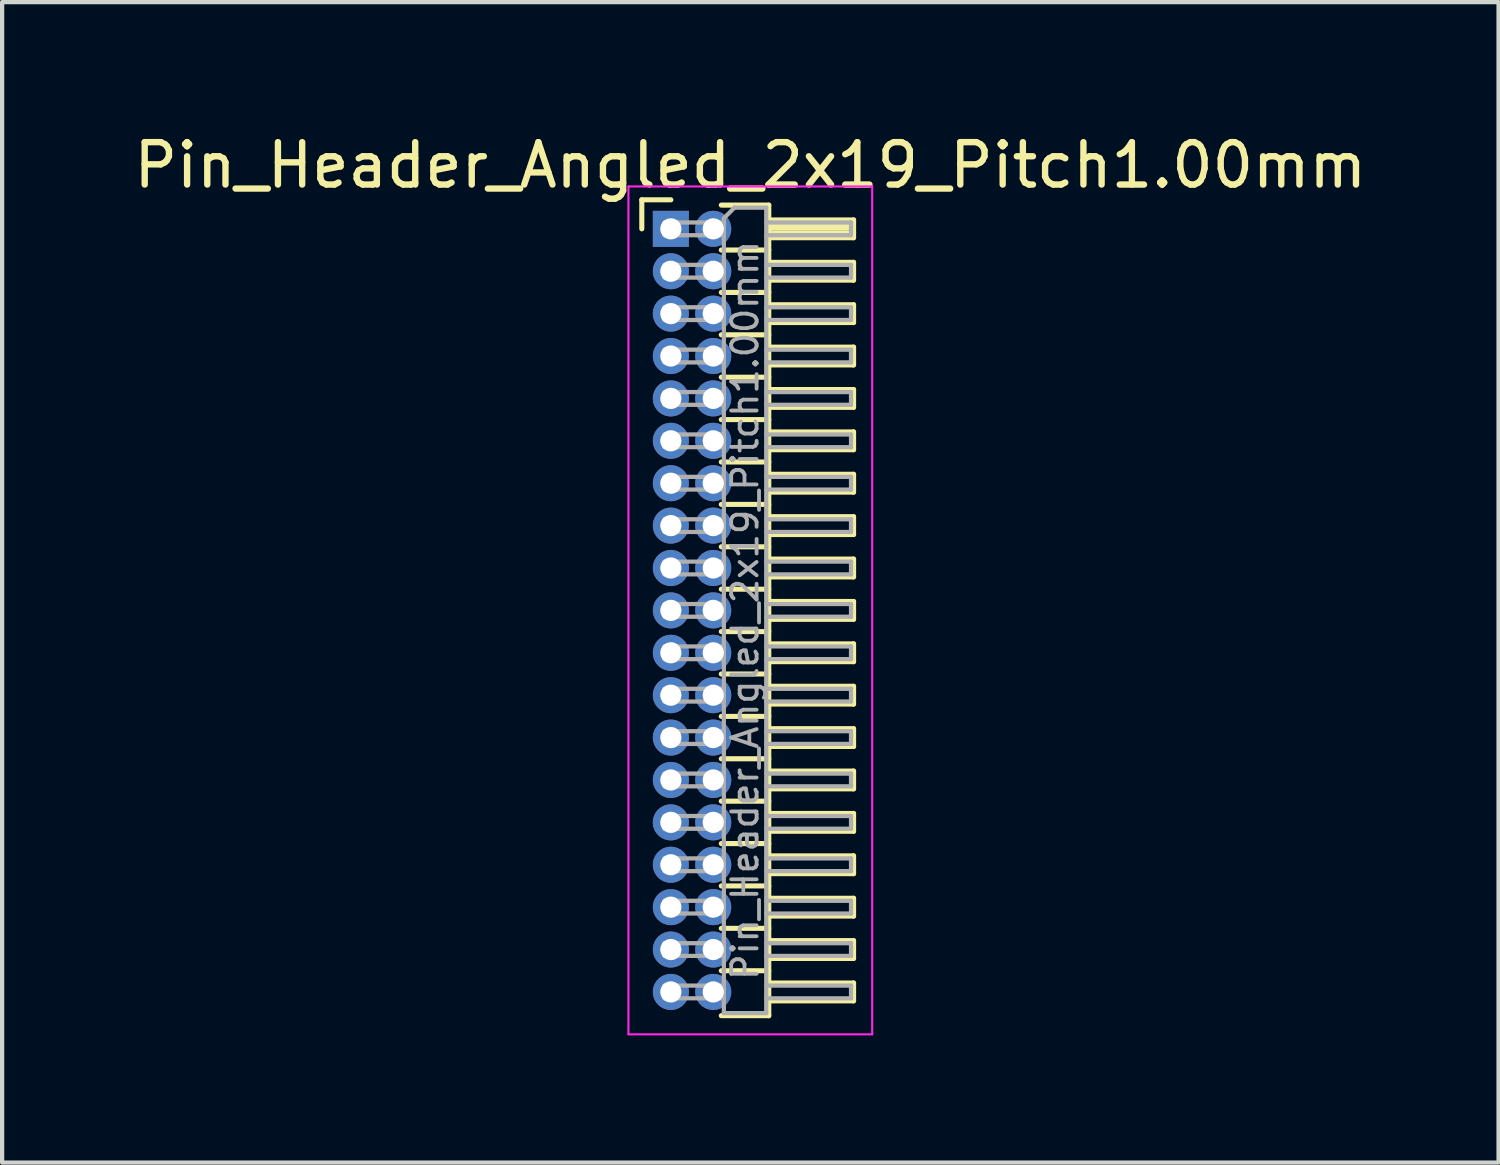
<source format=kicad_pcb>
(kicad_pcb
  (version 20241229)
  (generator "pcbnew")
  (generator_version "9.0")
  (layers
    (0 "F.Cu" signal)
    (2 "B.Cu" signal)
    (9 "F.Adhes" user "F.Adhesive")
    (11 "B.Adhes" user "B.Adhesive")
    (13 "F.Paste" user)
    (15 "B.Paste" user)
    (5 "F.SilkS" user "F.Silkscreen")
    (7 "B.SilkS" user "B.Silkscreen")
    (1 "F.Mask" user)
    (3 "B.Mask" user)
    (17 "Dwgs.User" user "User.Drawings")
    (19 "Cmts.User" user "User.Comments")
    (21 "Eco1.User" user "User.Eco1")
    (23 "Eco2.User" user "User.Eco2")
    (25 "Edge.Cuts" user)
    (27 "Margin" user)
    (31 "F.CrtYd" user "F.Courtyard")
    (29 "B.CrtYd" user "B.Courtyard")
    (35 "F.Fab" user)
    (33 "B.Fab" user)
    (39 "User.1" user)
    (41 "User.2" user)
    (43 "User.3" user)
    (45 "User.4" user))
  (footprint "Pin_Header_Angled_2x19_Pitch1.00mm"
    (layer "F.Cu")
    (at 12.774 2.348)
    (property "Reference" "Pin_Header_Angled_2x19_Pitch1.00mm" (at 1.875 -1.5 0) (layer "F.SilkS") (effects (font (size 1 1) (thickness 0.15))))
    (attr through_hole)
    (fp_line (start -0.685 -0.685) (end 0 -0.685) (stroke (width 0.12) (type solid)) (layer "F.SilkS"))
    (fp_line (start -0.685 0) (end -0.685 -0.685) (stroke (width 0.12) (type solid)) (layer "F.SilkS"))
    (fp_line (start 1.19 -0.56) (end 2.31 -0.56) (stroke (width 0.12) (type solid)) (layer "F.SilkS"))
    (fp_line (start 1.19 0.5) (end 2.31 0.5) (stroke (width 0.12) (type solid)) (layer "F.SilkS"))
    (fp_line (start 1.19 1.5) (end 2.31 1.5) (stroke (width 0.12) (type solid)) (layer "F.SilkS"))
    (fp_line (start 1.19 2.5) (end 2.31 2.5) (stroke (width 0.12) (type solid)) (layer "F.SilkS"))
    (fp_line (start 1.19 3.5) (end 2.31 3.5) (stroke (width 0.12) (type solid)) (layer "F.SilkS"))
    (fp_line (start 1.19 4.5) (end 2.31 4.5) (stroke (width 0.12) (type solid)) (layer "F.SilkS"))
    (fp_line (start 1.19 5.5) (end 2.31 5.5) (stroke (width 0.12) (type solid)) (layer "F.SilkS"))
    (fp_line (start 1.19 6.5) (end 2.31 6.5) (stroke (width 0.12) (type solid)) (layer "F.SilkS"))
    (fp_line (start 1.19 7.5) (end 2.31 7.5) (stroke (width 0.12) (type solid)) (layer "F.SilkS"))
    (fp_line (start 1.19 8.5) (end 2.31 8.5) (stroke (width 0.12) (type solid)) (layer "F.SilkS"))
    (fp_line (start 1.19 9.5) (end 2.31 9.5) (stroke (width 0.12) (type solid)) (layer "F.SilkS"))
    (fp_line (start 1.19 10.5) (end 2.31 10.5) (stroke (width 0.12) (type solid)) (layer "F.SilkS"))
    (fp_line (start 1.19 11.5) (end 2.31 11.5) (stroke (width 0.12) (type solid)) (layer "F.SilkS"))
    (fp_line (start 1.19 12.5) (end 2.31 12.5) (stroke (width 0.12) (type solid)) (layer "F.SilkS"))
    (fp_line (start 1.19 13.5) (end 2.31 13.5) (stroke (width 0.12) (type solid)) (layer "F.SilkS"))
    (fp_line (start 1.19 14.5) (end 2.31 14.5) (stroke (width 0.12) (type solid)) (layer "F.SilkS"))
    (fp_line (start 1.19 15.5) (end 2.31 15.5) (stroke (width 0.12) (type solid)) (layer "F.SilkS"))
    (fp_line (start 1.19 16.5) (end 2.31 16.5) (stroke (width 0.12) (type solid)) (layer "F.SilkS"))
    (fp_line (start 1.19 17.5) (end 2.31 17.5) (stroke (width 0.12) (type solid)) (layer "F.SilkS"))
    (fp_line (start 2.31 -0.56) (end 2.31 18.56) (stroke (width 0.12) (type solid)) (layer "F.SilkS"))
    (fp_line (start 2.31 -0.21) (end 4.31 -0.21) (stroke (width 0.12) (type solid)) (layer "F.SilkS"))
    (fp_line (start 2.31 -0.15) (end 4.31 -0.15) (stroke (width 0.12) (type solid)) (layer "F.SilkS"))
    (fp_line (start 2.31 -0.03) (end 4.31 -0.03) (stroke (width 0.12) (type solid)) (layer "F.SilkS"))
    (fp_line (start 2.31 0.09) (end 4.31 0.09) (stroke (width 0.12) (type solid)) (layer "F.SilkS"))
    (fp_line (start 2.31 0.79) (end 4.31 0.79) (stroke (width 0.12) (type solid)) (layer "F.SilkS"))
    (fp_line (start 2.31 1.79) (end 4.31 1.79) (stroke (width 0.12) (type solid)) (layer "F.SilkS"))
    (fp_line (start 2.31 2.79) (end 4.31 2.79) (stroke (width 0.12) (type solid)) (layer "F.SilkS"))
    (fp_line (start 2.31 3.79) (end 4.31 3.79) (stroke (width 0.12) (type solid)) (layer "F.SilkS"))
    (fp_line (start 2.31 4.79) (end 4.31 4.79) (stroke (width 0.12) (type solid)) (layer "F.SilkS"))
    (fp_line (start 2.31 5.79) (end 4.31 5.79) (stroke (width 0.12) (type solid)) (layer "F.SilkS"))
    (fp_line (start 2.31 6.79) (end 4.31 6.79) (stroke (width 0.12) (type solid)) (layer "F.SilkS"))
    (fp_line (start 2.31 7.79) (end 4.31 7.79) (stroke (width 0.12) (type solid)) (layer "F.SilkS"))
    (fp_line (start 2.31 8.79) (end 4.31 8.79) (stroke (width 0.12) (type solid)) (layer "F.SilkS"))
    (fp_line (start 2.31 9.79) (end 4.31 9.79) (stroke (width 0.12) (type solid)) (layer "F.SilkS"))
    (fp_line (start 2.31 10.79) (end 4.31 10.79) (stroke (width 0.12) (type solid)) (layer "F.SilkS"))
    (fp_line (start 2.31 11.79) (end 4.31 11.79) (stroke (width 0.12) (type solid)) (layer "F.SilkS"))
    (fp_line (start 2.31 12.79) (end 4.31 12.79) (stroke (width 0.12) (type solid)) (layer "F.SilkS"))
    (fp_line (start 2.31 13.79) (end 4.31 13.79) (stroke (width 0.12) (type solid)) (layer "F.SilkS"))
    (fp_line (start 2.31 14.79) (end 4.31 14.79) (stroke (width 0.12) (type solid)) (layer "F.SilkS"))
    (fp_line (start 2.31 15.79) (end 4.31 15.79) (stroke (width 0.12) (type solid)) (layer "F.SilkS"))
    (fp_line (start 2.31 16.79) (end 4.31 16.79) (stroke (width 0.12) (type solid)) (layer "F.SilkS"))
    (fp_line (start 2.31 17.79) (end 4.31 17.79) (stroke (width 0.12) (type solid)) (layer "F.SilkS"))
    (fp_line (start 2.31 18.56) (end 1.19 18.56) (stroke (width 0.12) (type solid)) (layer "F.SilkS"))
    (fp_line (start 4.31 -0.21) (end 4.31 0.21) (stroke (width 0.12) (type solid)) (layer "F.SilkS"))
    (fp_line (start 4.31 0.21) (end 2.31 0.21) (stroke (width 0.12) (type solid)) (layer "F.SilkS"))
    (fp_line (start 4.31 0.79) (end 4.31 1.21) (stroke (width 0.12) (type solid)) (layer "F.SilkS"))
    (fp_line (start 4.31 1.21) (end 2.31 1.21) (stroke (width 0.12) (type solid)) (layer "F.SilkS"))
    (fp_line (start 4.31 1.79) (end 4.31 2.21) (stroke (width 0.12) (type solid)) (layer "F.SilkS"))
    (fp_line (start 4.31 2.21) (end 2.31 2.21) (stroke (width 0.12) (type solid)) (layer "F.SilkS"))
    (fp_line (start 4.31 2.79) (end 4.31 3.21) (stroke (width 0.12) (type solid)) (layer "F.SilkS"))
    (fp_line (start 4.31 3.21) (end 2.31 3.21) (stroke (width 0.12) (type solid)) (layer "F.SilkS"))
    (fp_line (start 4.31 3.79) (end 4.31 4.21) (stroke (width 0.12) (type solid)) (layer "F.SilkS"))
    (fp_line (start 4.31 4.21) (end 2.31 4.21) (stroke (width 0.12) (type solid)) (layer "F.SilkS"))
    (fp_line (start 4.31 4.79) (end 4.31 5.21) (stroke (width 0.12) (type solid)) (layer "F.SilkS"))
    (fp_line (start 4.31 5.21) (end 2.31 5.21) (stroke (width 0.12) (type solid)) (layer "F.SilkS"))
    (fp_line (start 4.31 5.79) (end 4.31 6.21) (stroke (width 0.12) (type solid)) (layer "F.SilkS"))
    (fp_line (start 4.31 6.21) (end 2.31 6.21) (stroke (width 0.12) (type solid)) (layer "F.SilkS"))
    (fp_line (start 4.31 6.79) (end 4.31 7.21) (stroke (width 0.12) (type solid)) (layer "F.SilkS"))
    (fp_line (start 4.31 7.21) (end 2.31 7.21) (stroke (width 0.12) (type solid)) (layer "F.SilkS"))
    (fp_line (start 4.31 7.79) (end 4.31 8.21) (stroke (width 0.12) (type solid)) (layer "F.SilkS"))
    (fp_line (start 4.31 8.21) (end 2.31 8.21) (stroke (width 0.12) (type solid)) (layer "F.SilkS"))
    (fp_line (start 4.31 8.79) (end 4.31 9.21) (stroke (width 0.12) (type solid)) (layer "F.SilkS"))
    (fp_line (start 4.31 9.21) (end 2.31 9.21) (stroke (width 0.12) (type solid)) (layer "F.SilkS"))
    (fp_line (start 4.31 9.79) (end 4.31 10.21) (stroke (width 0.12) (type solid)) (layer "F.SilkS"))
    (fp_line (start 4.31 10.21) (end 2.31 10.21) (stroke (width 0.12) (type solid)) (layer "F.SilkS"))
    (fp_line (start 4.31 10.79) (end 4.31 11.21) (stroke (width 0.12) (type solid)) (layer "F.SilkS"))
    (fp_line (start 4.31 11.21) (end 2.31 11.21) (stroke (width 0.12) (type solid)) (layer "F.SilkS"))
    (fp_line (start 4.31 11.79) (end 4.31 12.21) (stroke (width 0.12) (type solid)) (layer "F.SilkS"))
    (fp_line (start 4.31 12.21) (end 2.31 12.21) (stroke (width 0.12) (type solid)) (layer "F.SilkS"))
    (fp_line (start 4.31 12.79) (end 4.31 13.21) (stroke (width 0.12) (type solid)) (layer "F.SilkS"))
    (fp_line (start 4.31 13.21) (end 2.31 13.21) (stroke (width 0.12) (type solid)) (layer "F.SilkS"))
    (fp_line (start 4.31 13.79) (end 4.31 14.21) (stroke (width 0.12) (type solid)) (layer "F.SilkS"))
    (fp_line (start 4.31 14.21) (end 2.31 14.21) (stroke (width 0.12) (type solid)) (layer "F.SilkS"))
    (fp_line (start 4.31 14.79) (end 4.31 15.21) (stroke (width 0.12) (type solid)) (layer "F.SilkS"))
    (fp_line (start 4.31 15.21) (end 2.31 15.21) (stroke (width 0.12) (type solid)) (layer "F.SilkS"))
    (fp_line (start 4.31 15.79) (end 4.31 16.21) (stroke (width 0.12) (type solid)) (layer "F.SilkS"))
    (fp_line (start 4.31 16.21) (end 2.31 16.21) (stroke (width 0.12) (type solid)) (layer "F.SilkS"))
    (fp_line (start 4.31 16.79) (end 4.31 17.21) (stroke (width 0.12) (type solid)) (layer "F.SilkS"))
    (fp_line (start 4.31 17.21) (end 2.31 17.21) (stroke (width 0.12) (type solid)) (layer "F.SilkS"))
    (fp_line (start 4.31 17.79) (end 4.31 18.21) (stroke (width 0.12) (type solid)) (layer "F.SilkS"))
    (fp_line (start 4.31 18.21) (end 2.31 18.21) (stroke (width 0.12) (type solid)) (layer "F.SilkS"))
    (fp_line (start -1 -1) (end -1 19) (stroke (width 0.05) (type solid)) (layer "F.CrtYd"))
    (fp_line (start -1 19) (end 4.75 19) (stroke (width 0.05) (type solid)) (layer "F.CrtYd"))
    (fp_line (start 4.75 -1) (end -1 -1) (stroke (width 0.05) (type solid)) (layer "F.CrtYd"))
    (fp_line (start 4.75 19) (end 4.75 -1) (stroke (width 0.05) (type solid)) (layer "F.CrtYd"))
    (fp_line (start -0.15 -0.15) (end -0.15 0.15) (stroke (width 0.1) (type solid)) (layer "F.Fab"))
    (fp_line (start -0.15 -0.15) (end 1.25 -0.15) (stroke (width 0.1) (type solid)) (layer "F.Fab"))
    (fp_line (start -0.15 0.15) (end 1.25 0.15) (stroke (width 0.1) (type solid)) (layer "F.Fab"))
    (fp_line (start -0.15 0.85) (end -0.15 1.15) (stroke (width 0.1) (type solid)) (layer "F.Fab"))
    (fp_line (start -0.15 0.85) (end 1.25 0.85) (stroke (width 0.1) (type solid)) (layer "F.Fab"))
    (fp_line (start -0.15 1.15) (end 1.25 1.15) (stroke (width 0.1) (type solid)) (layer "F.Fab"))
    (fp_line (start -0.15 1.85) (end -0.15 2.15) (stroke (width 0.1) (type solid)) (layer "F.Fab"))
    (fp_line (start -0.15 1.85) (end 1.25 1.85) (stroke (width 0.1) (type solid)) (layer "F.Fab"))
    (fp_line (start -0.15 2.15) (end 1.25 2.15) (stroke (width 0.1) (type solid)) (layer "F.Fab"))
    (fp_line (start -0.15 2.85) (end -0.15 3.15) (stroke (width 0.1) (type solid)) (layer "F.Fab"))
    (fp_line (start -0.15 2.85) (end 1.25 2.85) (stroke (width 0.1) (type solid)) (layer "F.Fab"))
    (fp_line (start -0.15 3.15) (end 1.25 3.15) (stroke (width 0.1) (type solid)) (layer "F.Fab"))
    (fp_line (start -0.15 3.85) (end -0.15 4.15) (stroke (width 0.1) (type solid)) (layer "F.Fab"))
    (fp_line (start -0.15 3.85) (end 1.25 3.85) (stroke (width 0.1) (type solid)) (layer "F.Fab"))
    (fp_line (start -0.15 4.15) (end 1.25 4.15) (stroke (width 0.1) (type solid)) (layer "F.Fab"))
    (fp_line (start -0.15 4.85) (end -0.15 5.15) (stroke (width 0.1) (type solid)) (layer "F.Fab"))
    (fp_line (start -0.15 4.85) (end 1.25 4.85) (stroke (width 0.1) (type solid)) (layer "F.Fab"))
    (fp_line (start -0.15 5.15) (end 1.25 5.15) (stroke (width 0.1) (type solid)) (layer "F.Fab"))
    (fp_line (start -0.15 5.85) (end -0.15 6.15) (stroke (width 0.1) (type solid)) (layer "F.Fab"))
    (fp_line (start -0.15 5.85) (end 1.25 5.85) (stroke (width 0.1) (type solid)) (layer "F.Fab"))
    (fp_line (start -0.15 6.15) (end 1.25 6.15) (stroke (width 0.1) (type solid)) (layer "F.Fab"))
    (fp_line (start -0.15 6.85) (end -0.15 7.15) (stroke (width 0.1) (type solid)) (layer "F.Fab"))
    (fp_line (start -0.15 6.85) (end 1.25 6.85) (stroke (width 0.1) (type solid)) (layer "F.Fab"))
    (fp_line (start -0.15 7.15) (end 1.25 7.15) (stroke (width 0.1) (type solid)) (layer "F.Fab"))
    (fp_line (start -0.15 7.85) (end -0.15 8.15) (stroke (width 0.1) (type solid)) (layer "F.Fab"))
    (fp_line (start -0.15 7.85) (end 1.25 7.85) (stroke (width 0.1) (type solid)) (layer "F.Fab"))
    (fp_line (start -0.15 8.15) (end 1.25 8.15) (stroke (width 0.1) (type solid)) (layer "F.Fab"))
    (fp_line (start -0.15 8.85) (end -0.15 9.15) (stroke (width 0.1) (type solid)) (layer "F.Fab"))
    (fp_line (start -0.15 8.85) (end 1.25 8.85) (stroke (width 0.1) (type solid)) (layer "F.Fab"))
    (fp_line (start -0.15 9.15) (end 1.25 9.15) (stroke (width 0.1) (type solid)) (layer "F.Fab"))
    (fp_line (start -0.15 9.85) (end -0.15 10.15) (stroke (width 0.1) (type solid)) (layer "F.Fab"))
    (fp_line (start -0.15 9.85) (end 1.25 9.85) (stroke (width 0.1) (type solid)) (layer "F.Fab"))
    (fp_line (start -0.15 10.15) (end 1.25 10.15) (stroke (width 0.1) (type solid)) (layer "F.Fab"))
    (fp_line (start -0.15 10.85) (end -0.15 11.15) (stroke (width 0.1) (type solid)) (layer "F.Fab"))
    (fp_line (start -0.15 10.85) (end 1.25 10.85) (stroke (width 0.1) (type solid)) (layer "F.Fab"))
    (fp_line (start -0.15 11.15) (end 1.25 11.15) (stroke (width 0.1) (type solid)) (layer "F.Fab"))
    (fp_line (start -0.15 11.85) (end -0.15 12.15) (stroke (width 0.1) (type solid)) (layer "F.Fab"))
    (fp_line (start -0.15 11.85) (end 1.25 11.85) (stroke (width 0.1) (type solid)) (layer "F.Fab"))
    (fp_line (start -0.15 12.15) (end 1.25 12.15) (stroke (width 0.1) (type solid)) (layer "F.Fab"))
    (fp_line (start -0.15 12.85) (end -0.15 13.15) (stroke (width 0.1) (type solid)) (layer "F.Fab"))
    (fp_line (start -0.15 12.85) (end 1.25 12.85) (stroke (width 0.1) (type solid)) (layer "F.Fab"))
    (fp_line (start -0.15 13.15) (end 1.25 13.15) (stroke (width 0.1) (type solid)) (layer "F.Fab"))
    (fp_line (start -0.15 13.85) (end -0.15 14.15) (stroke (width 0.1) (type solid)) (layer "F.Fab"))
    (fp_line (start -0.15 13.85) (end 1.25 13.85) (stroke (width 0.1) (type solid)) (layer "F.Fab"))
    (fp_line (start -0.15 14.15) (end 1.25 14.15) (stroke (width 0.1) (type solid)) (layer "F.Fab"))
    (fp_line (start -0.15 14.85) (end -0.15 15.15) (stroke (width 0.1) (type solid)) (layer "F.Fab"))
    (fp_line (start -0.15 14.85) (end 1.25 14.85) (stroke (width 0.1) (type solid)) (layer "F.Fab"))
    (fp_line (start -0.15 15.15) (end 1.25 15.15) (stroke (width 0.1) (type solid)) (layer "F.Fab"))
    (fp_line (start -0.15 15.85) (end -0.15 16.15) (stroke (width 0.1) (type solid)) (layer "F.Fab"))
    (fp_line (start -0.15 15.85) (end 1.25 15.85) (stroke (width 0.1) (type solid)) (layer "F.Fab"))
    (fp_line (start -0.15 16.15) (end 1.25 16.15) (stroke (width 0.1) (type solid)) (layer "F.Fab"))
    (fp_line (start -0.15 16.85) (end -0.15 17.15) (stroke (width 0.1) (type solid)) (layer "F.Fab"))
    (fp_line (start -0.15 16.85) (end 1.25 16.85) (stroke (width 0.1) (type solid)) (layer "F.Fab"))
    (fp_line (start -0.15 17.15) (end 1.25 17.15) (stroke (width 0.1) (type solid)) (layer "F.Fab"))
    (fp_line (start -0.15 17.85) (end -0.15 18.15) (stroke (width 0.1) (type solid)) (layer "F.Fab"))
    (fp_line (start -0.15 17.85) (end 1.25 17.85) (stroke (width 0.1) (type solid)) (layer "F.Fab"))
    (fp_line (start -0.15 18.15) (end 1.25 18.15) (stroke (width 0.1) (type solid)) (layer "F.Fab"))
    (fp_line (start 1.25 -0.25) (end 1.5 -0.5) (stroke (width 0.1) (type solid)) (layer "F.Fab"))
    (fp_line (start 1.25 18.5) (end 1.25 -0.25) (stroke (width 0.1) (type solid)) (layer "F.Fab"))
    (fp_line (start 1.5 -0.5) (end 2.25 -0.5) (stroke (width 0.1) (type solid)) (layer "F.Fab"))
    (fp_line (start 2.25 -0.5) (end 2.25 18.5) (stroke (width 0.1) (type solid)) (layer "F.Fab"))
    (fp_line (start 2.25 -0.15) (end 4.25 -0.15) (stroke (width 0.1) (type solid)) (layer "F.Fab"))
    (fp_line (start 2.25 0.15) (end 4.25 0.15) (stroke (width 0.1) (type solid)) (layer "F.Fab"))
    (fp_line (start 2.25 0.85) (end 4.25 0.85) (stroke (width 0.1) (type solid)) (layer "F.Fab"))
    (fp_line (start 2.25 1.15) (end 4.25 1.15) (stroke (width 0.1) (type solid)) (layer "F.Fab"))
    (fp_line (start 2.25 1.85) (end 4.25 1.85) (stroke (width 0.1) (type solid)) (layer "F.Fab"))
    (fp_line (start 2.25 2.15) (end 4.25 2.15) (stroke (width 0.1) (type solid)) (layer "F.Fab"))
    (fp_line (start 2.25 2.85) (end 4.25 2.85) (stroke (width 0.1) (type solid)) (layer "F.Fab"))
    (fp_line (start 2.25 3.15) (end 4.25 3.15) (stroke (width 0.1) (type solid)) (layer "F.Fab"))
    (fp_line (start 2.25 3.85) (end 4.25 3.85) (stroke (width 0.1) (type solid)) (layer "F.Fab"))
    (fp_line (start 2.25 4.15) (end 4.25 4.15) (stroke (width 0.1) (type solid)) (layer "F.Fab"))
    (fp_line (start 2.25 4.85) (end 4.25 4.85) (stroke (width 0.1) (type solid)) (layer "F.Fab"))
    (fp_line (start 2.25 5.15) (end 4.25 5.15) (stroke (width 0.1) (type solid)) (layer "F.Fab"))
    (fp_line (start 2.25 5.85) (end 4.25 5.85) (stroke (width 0.1) (type solid)) (layer "F.Fab"))
    (fp_line (start 2.25 6.15) (end 4.25 6.15) (stroke (width 0.1) (type solid)) (layer "F.Fab"))
    (fp_line (start 2.25 6.85) (end 4.25 6.85) (stroke (width 0.1) (type solid)) (layer "F.Fab"))
    (fp_line (start 2.25 7.15) (end 4.25 7.15) (stroke (width 0.1) (type solid)) (layer "F.Fab"))
    (fp_line (start 2.25 7.85) (end 4.25 7.85) (stroke (width 0.1) (type solid)) (layer "F.Fab"))
    (fp_line (start 2.25 8.15) (end 4.25 8.15) (stroke (width 0.1) (type solid)) (layer "F.Fab"))
    (fp_line (start 2.25 8.85) (end 4.25 8.85) (stroke (width 0.1) (type solid)) (layer "F.Fab"))
    (fp_line (start 2.25 9.15) (end 4.25 9.15) (stroke (width 0.1) (type solid)) (layer "F.Fab"))
    (fp_line (start 2.25 9.85) (end 4.25 9.85) (stroke (width 0.1) (type solid)) (layer "F.Fab"))
    (fp_line (start 2.25 10.15) (end 4.25 10.15) (stroke (width 0.1) (type solid)) (layer "F.Fab"))
    (fp_line (start 2.25 10.85) (end 4.25 10.85) (stroke (width 0.1) (type solid)) (layer "F.Fab"))
    (fp_line (start 2.25 11.15) (end 4.25 11.15) (stroke (width 0.1) (type solid)) (layer "F.Fab"))
    (fp_line (start 2.25 11.85) (end 4.25 11.85) (stroke (width 0.1) (type solid)) (layer "F.Fab"))
    (fp_line (start 2.25 12.15) (end 4.25 12.15) (stroke (width 0.1) (type solid)) (layer "F.Fab"))
    (fp_line (start 2.25 12.85) (end 4.25 12.85) (stroke (width 0.1) (type solid)) (layer "F.Fab"))
    (fp_line (start 2.25 13.15) (end 4.25 13.15) (stroke (width 0.1) (type solid)) (layer "F.Fab"))
    (fp_line (start 2.25 13.85) (end 4.25 13.85) (stroke (width 0.1) (type solid)) (layer "F.Fab"))
    (fp_line (start 2.25 14.15) (end 4.25 14.15) (stroke (width 0.1) (type solid)) (layer "F.Fab"))
    (fp_line (start 2.25 14.85) (end 4.25 14.85) (stroke (width 0.1) (type solid)) (layer "F.Fab"))
    (fp_line (start 2.25 15.15) (end 4.25 15.15) (stroke (width 0.1) (type solid)) (layer "F.Fab"))
    (fp_line (start 2.25 15.85) (end 4.25 15.85) (stroke (width 0.1) (type solid)) (layer "F.Fab"))
    (fp_line (start 2.25 16.15) (end 4.25 16.15) (stroke (width 0.1) (type solid)) (layer "F.Fab"))
    (fp_line (start 2.25 16.85) (end 4.25 16.85) (stroke (width 0.1) (type solid)) (layer "F.Fab"))
    (fp_line (start 2.25 17.15) (end 4.25 17.15) (stroke (width 0.1) (type solid)) (layer "F.Fab"))
    (fp_line (start 2.25 17.85) (end 4.25 17.85) (stroke (width 0.1) (type solid)) (layer "F.Fab"))
    (fp_line (start 2.25 18.15) (end 4.25 18.15) (stroke (width 0.1) (type solid)) (layer "F.Fab"))
    (fp_line (start 2.25 18.5) (end 1.25 18.5) (stroke (width 0.1) (type solid)) (layer "F.Fab"))
    (fp_line (start 4.25 -0.15) (end 4.25 0.15) (stroke (width 0.1) (type solid)) (layer "F.Fab"))
    (fp_line (start 4.25 0.85) (end 4.25 1.15) (stroke (width 0.1) (type solid)) (layer "F.Fab"))
    (fp_line (start 4.25 1.85) (end 4.25 2.15) (stroke (width 0.1) (type solid)) (layer "F.Fab"))
    (fp_line (start 4.25 2.85) (end 4.25 3.15) (stroke (width 0.1) (type solid)) (layer "F.Fab"))
    (fp_line (start 4.25 3.85) (end 4.25 4.15) (stroke (width 0.1) (type solid)) (layer "F.Fab"))
    (fp_line (start 4.25 4.85) (end 4.25 5.15) (stroke (width 0.1) (type solid)) (layer "F.Fab"))
    (fp_line (start 4.25 5.85) (end 4.25 6.15) (stroke (width 0.1) (type solid)) (layer "F.Fab"))
    (fp_line (start 4.25 6.85) (end 4.25 7.15) (stroke (width 0.1) (type solid)) (layer "F.Fab"))
    (fp_line (start 4.25 7.85) (end 4.25 8.15) (stroke (width 0.1) (type solid)) (layer "F.Fab"))
    (fp_line (start 4.25 8.85) (end 4.25 9.15) (stroke (width 0.1) (type solid)) (layer "F.Fab"))
    (fp_line (start 4.25 9.85) (end 4.25 10.15) (stroke (width 0.1) (type solid)) (layer "F.Fab"))
    (fp_line (start 4.25 10.85) (end 4.25 11.15) (stroke (width 0.1) (type solid)) (layer "F.Fab"))
    (fp_line (start 4.25 11.85) (end 4.25 12.15) (stroke (width 0.1) (type solid)) (layer "F.Fab"))
    (fp_line (start 4.25 12.85) (end 4.25 13.15) (stroke (width 0.1) (type solid)) (layer "F.Fab"))
    (fp_line (start 4.25 13.85) (end 4.25 14.15) (stroke (width 0.1) (type solid)) (layer "F.Fab"))
    (fp_line (start 4.25 14.85) (end 4.25 15.15) (stroke (width 0.1) (type solid)) (layer "F.Fab"))
    (fp_line (start 4.25 15.85) (end 4.25 16.15) (stroke (width 0.1) (type solid)) (layer "F.Fab"))
    (fp_line (start 4.25 16.85) (end 4.25 17.15) (stroke (width 0.1) (type solid)) (layer "F.Fab"))
    (fp_line (start 4.25 17.85) (end 4.25 18.15) (stroke (width 0.1) (type solid)) (layer "F.Fab"))
    (fp_text user "${REFERENCE}" (at 1.75 9 90) (layer "F.Fab") (effects (font (size 0.6 0.6) (thickness 0.09))))
    (pad "1" thru_hole rect (at 0 0) (size 0.85 0.85) (drill 0.5) (layers "*.Cu" "*.Mask"))
    (pad "2" thru_hole oval (at 1 0) (size 0.85 0.85) (drill 0.5) (layers "*.Cu" "*.Mask"))
    (pad "3" thru_hole oval (at 0 1) (size 0.85 0.85) (drill 0.5) (layers "*.Cu" "*.Mask"))
    (pad "4" thru_hole oval (at 1 1) (size 0.85 0.85) (drill 0.5) (layers "*.Cu" "*.Mask"))
    (pad "5" thru_hole oval (at 0 2) (size 0.85 0.85) (drill 0.5) (layers "*.Cu" "*.Mask"))
    (pad "6" thru_hole oval (at 1 2) (size 0.85 0.85) (drill 0.5) (layers "*.Cu" "*.Mask"))
    (pad "7" thru_hole oval (at 0 3) (size 0.85 0.85) (drill 0.5) (layers "*.Cu" "*.Mask"))
    (pad "8" thru_hole oval (at 1 3) (size 0.85 0.85) (drill 0.5) (layers "*.Cu" "*.Mask"))
    (pad "9" thru_hole oval (at 0 4) (size 0.85 0.85) (drill 0.5) (layers "*.Cu" "*.Mask"))
    (pad "10" thru_hole oval (at 1 4) (size 0.85 0.85) (drill 0.5) (layers "*.Cu" "*.Mask"))
    (pad "11" thru_hole oval (at 0 5) (size 0.85 0.85) (drill 0.5) (layers "*.Cu" "*.Mask"))
    (pad "12" thru_hole oval (at 1 5) (size 0.85 0.85) (drill 0.5) (layers "*.Cu" "*.Mask"))
    (pad "13" thru_hole oval (at 0 6) (size 0.85 0.85) (drill 0.5) (layers "*.Cu" "*.Mask"))
    (pad "14" thru_hole oval (at 1 6) (size 0.85 0.85) (drill 0.5) (layers "*.Cu" "*.Mask"))
    (pad "15" thru_hole oval (at 0 7) (size 0.85 0.85) (drill 0.5) (layers "*.Cu" "*.Mask"))
    (pad "16" thru_hole oval (at 1 7) (size 0.85 0.85) (drill 0.5) (layers "*.Cu" "*.Mask"))
    (pad "17" thru_hole oval (at 0 8) (size 0.85 0.85) (drill 0.5) (layers "*.Cu" "*.Mask"))
    (pad "18" thru_hole oval (at 1 8) (size 0.85 0.85) (drill 0.5) (layers "*.Cu" "*.Mask"))
    (pad "19" thru_hole oval (at 0 9) (size 0.85 0.85) (drill 0.5) (layers "*.Cu" "*.Mask"))
    (pad "20" thru_hole oval (at 1 9) (size 0.85 0.85) (drill 0.5) (layers "*.Cu" "*.Mask"))
    (pad "21" thru_hole oval (at 0 10) (size 0.85 0.85) (drill 0.5) (layers "*.Cu" "*.Mask"))
    (pad "22" thru_hole oval (at 1 10) (size 0.85 0.85) (drill 0.5) (layers "*.Cu" "*.Mask"))
    (pad "23" thru_hole oval (at 0 11) (size 0.85 0.85) (drill 0.5) (layers "*.Cu" "*.Mask"))
    (pad "24" thru_hole oval (at 1 11) (size 0.85 0.85) (drill 0.5) (layers "*.Cu" "*.Mask"))
    (pad "25" thru_hole oval (at 0 12) (size 0.85 0.85) (drill 0.5) (layers "*.Cu" "*.Mask"))
    (pad "26" thru_hole oval (at 1 12) (size 0.85 0.85) (drill 0.5) (layers "*.Cu" "*.Mask"))
    (pad "27" thru_hole oval (at 0 13) (size 0.85 0.85) (drill 0.5) (layers "*.Cu" "*.Mask"))
    (pad "28" thru_hole oval (at 1 13) (size 0.85 0.85) (drill 0.5) (layers "*.Cu" "*.Mask"))
    (pad "29" thru_hole oval (at 0 14) (size 0.85 0.85) (drill 0.5) (layers "*.Cu" "*.Mask"))
    (pad "30" thru_hole oval (at 1 14) (size 0.85 0.85) (drill 0.5) (layers "*.Cu" "*.Mask"))
    (pad "31" thru_hole oval (at 0 15) (size 0.85 0.85) (drill 0.5) (layers "*.Cu" "*.Mask"))
    (pad "32" thru_hole oval (at 1 15) (size 0.85 0.85) (drill 0.5) (layers "*.Cu" "*.Mask"))
    (pad "33" thru_hole oval (at 0 16) (size 0.85 0.85) (drill 0.5) (layers "*.Cu" "*.Mask"))
    (pad "34" thru_hole oval (at 1 16) (size 0.85 0.85) (drill 0.5) (layers "*.Cu" "*.Mask"))
    (pad "35" thru_hole oval (at 0 17) (size 0.85 0.85) (drill 0.5) (layers "*.Cu" "*.Mask"))
    (pad "36" thru_hole oval (at 1 17) (size 0.85 0.85) (drill 0.5) (layers "*.Cu" "*.Mask"))
    (pad "37" thru_hole oval (at 0 18) (size 0.85 0.85) (drill 0.5) (layers "*.Cu" "*.Mask"))
    (pad "38" thru_hole oval (at 1 18) (size 0.85 0.85) (drill 0.5) (layers "*.Cu" "*.Mask")))
  (gr_rect
    (start -3 -3)
    (end 32.298 24.373)
    (stroke (width 0.1) (type default))
    (fill no)
    (layer "Edge.Cuts")))
</source>
